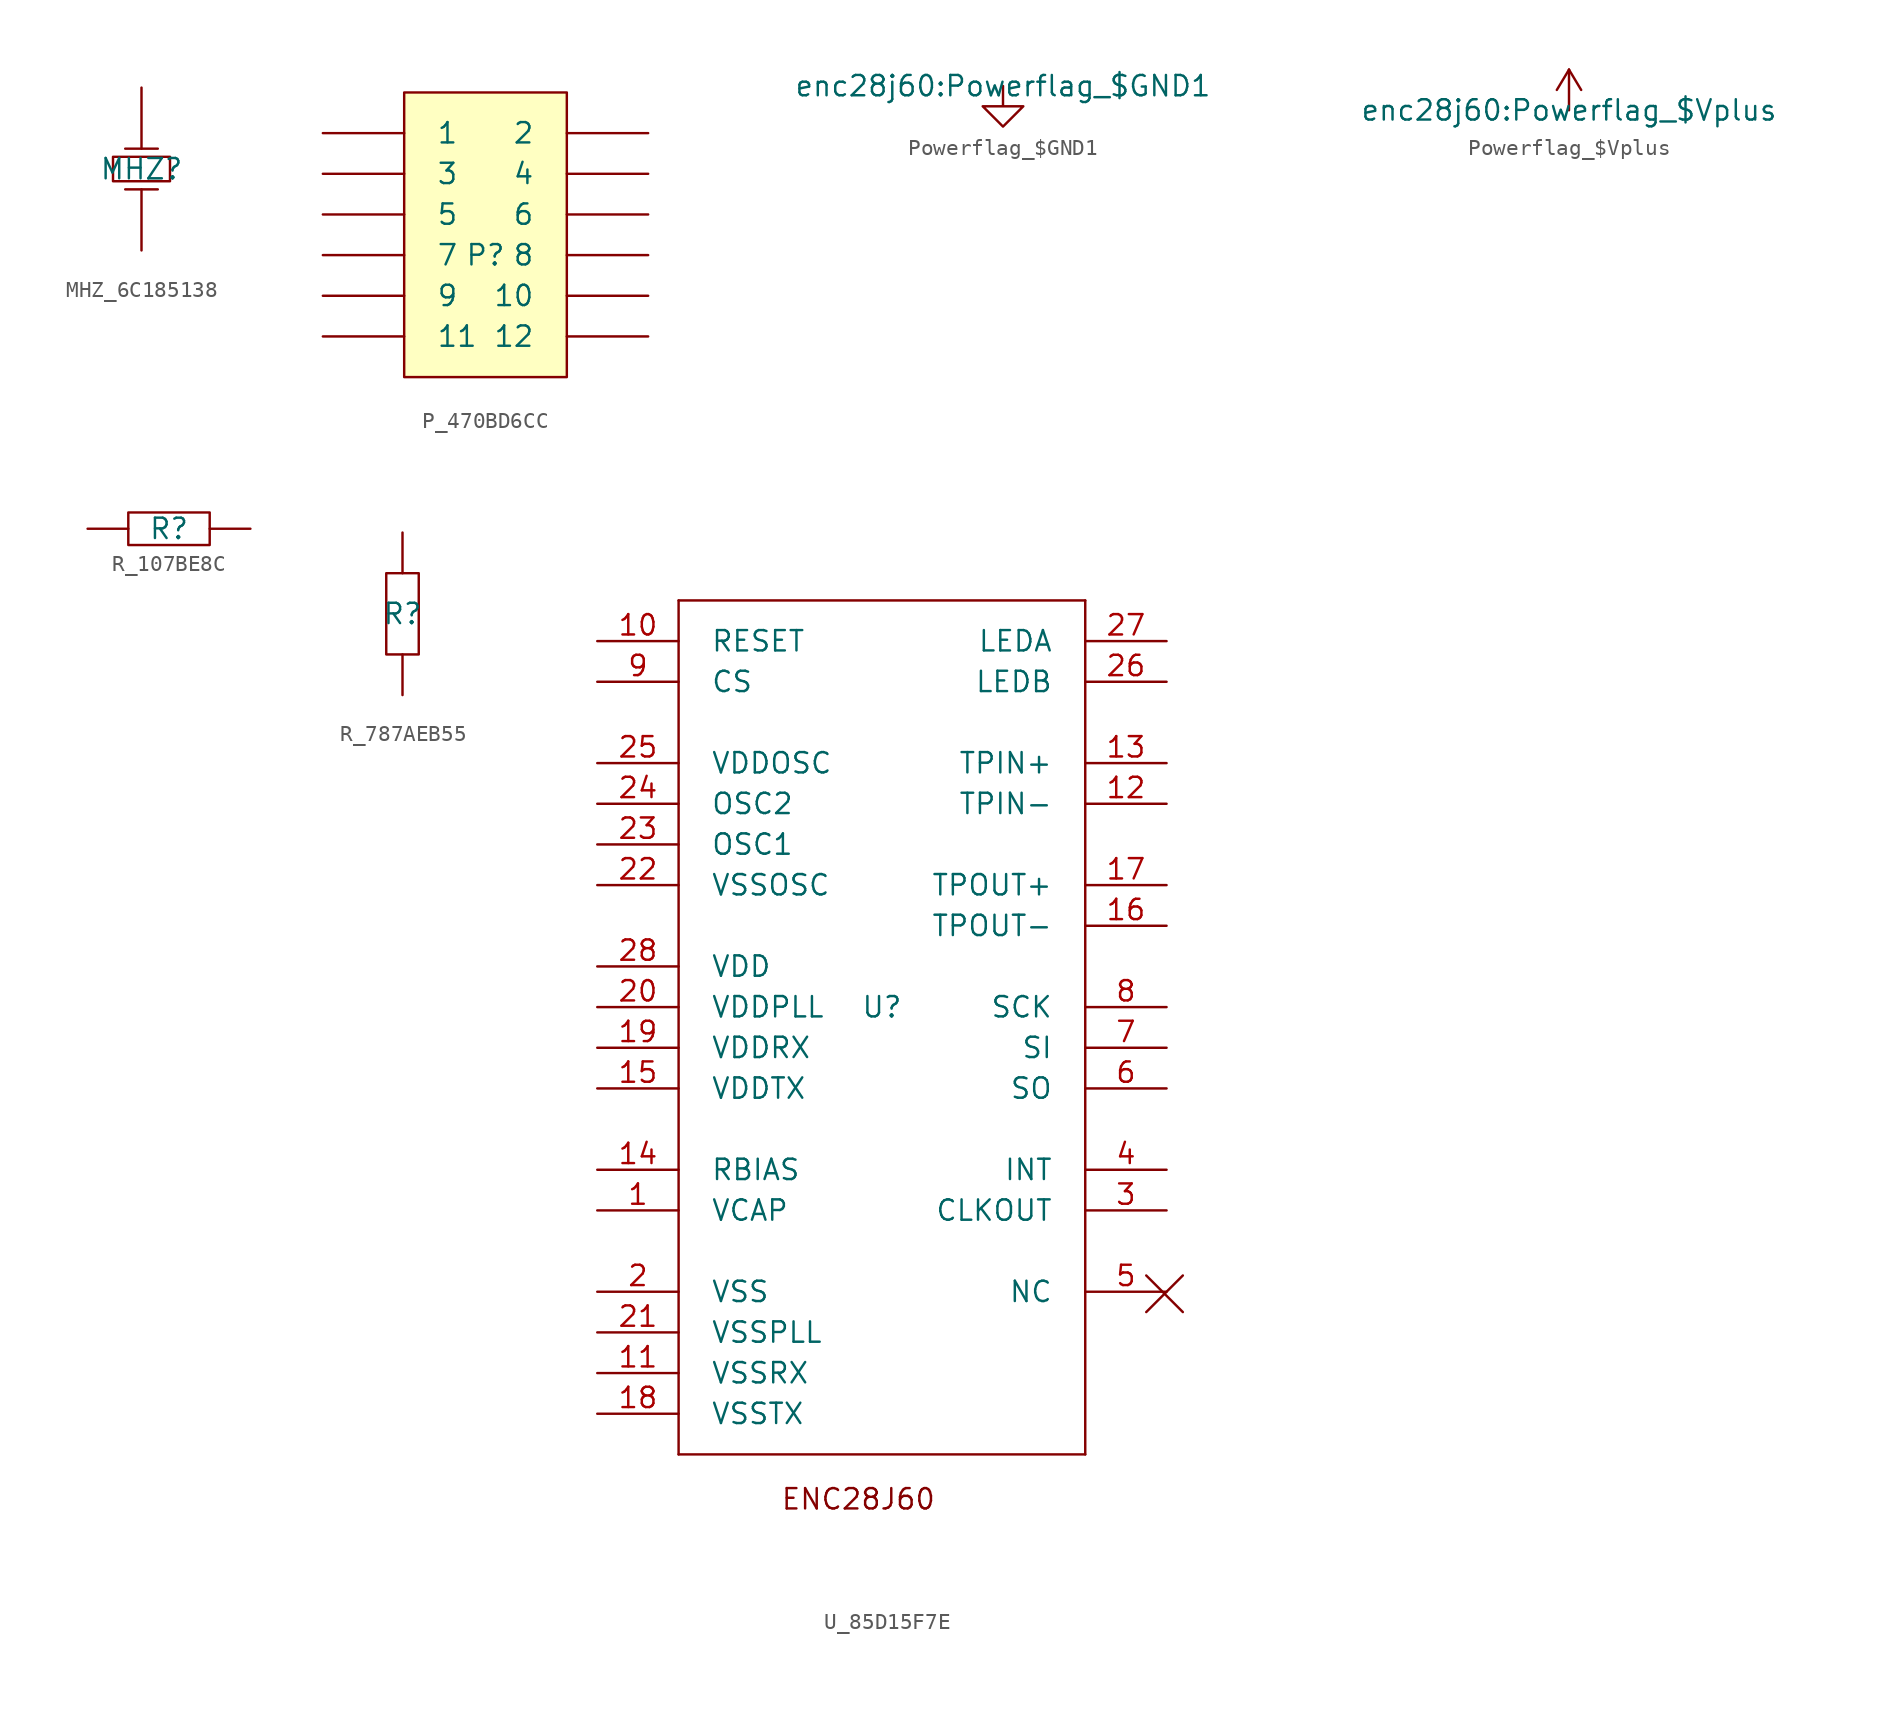
<source format=kicad_sym>
(kicad_symbol_lib
  (version 20200908)
  (generator kicad_symbol_editor)
  (symbol "enc28j60:MHZ_6C185138"
    (pin_numbers hide)
    (pin_names
      (offset 2) hide)
    (property "Reference" "MHZ"
      (at 0 0 0)
      (effects (font (size 1.27 1.27))))
    (symbol "MHZ_6C185138_0_0")
    (symbol "MHZ_6C185138_0_1"
      (rectangle (start -1.778 0.762) (end 1.778 -0.762) (stroke (width 0)) (fill (type none)))
      (polyline (pts (xy -1.016 1.27) (xy 1.016 1.27)) (stroke (width 0)) (fill (type none)))
      (polyline (pts (xy -1.016 -1.27) (xy 1.016 -1.27)) (stroke (width 0)) (fill (type none))))
    (symbol "MHZ_6C185138_1_1"
      (pin passive line (at 0 -5.08 90) (length 3.81) (name "OSC1" (effects (font (size 1.27 1.27)))) (number "1" (effects (font (size 1.27 1.27)))))
      (pin passive line (at 0 5.08 270) (length 3.81) (name "OSC2" (effects (font (size 1.27 1.27)))) (number "2" (effects (font (size 1.27 1.27)))))))
  (symbol "enc28j60:P_470BD6CC"
    (pin_numbers hide)
    (pin_names
      (offset 2))
    (property "Reference" "P"
      (at 0 0 0)
      (effects (font (size 1.27 1.27))))
    (symbol "P_470BD6CC_0_0")
    (symbol "P_470BD6CC_0_1"
      (rectangle (start -5.08 10.16) (end 5.08 -7.62) (stroke (width 0)) (fill (type background))))
    (symbol "P_470BD6CC_1_1"
      (pin passive line (at -10.16 7.62 0) (length 5.08) (name "1" (effects (font (size 1.27 1.27)))) (number "1" (effects (font (size 1.27 1.27)))))
      (pin passive line (at 10.16 7.62 180) (length 5.08) (name "2" (effects (font (size 1.27 1.27)))) (number "2" (effects (font (size 1.27 1.27)))))
      (pin passive line (at -10.16 5.08 0) (length 5.08) (name "3" (effects (font (size 1.27 1.27)))) (number "3" (effects (font (size 1.27 1.27)))))
      (pin passive line (at 10.16 5.08 180) (length 5.08) (name "4" (effects (font (size 1.27 1.27)))) (number "4" (effects (font (size 1.27 1.27)))))
      (pin passive line (at -10.16 2.54 0) (length 5.08) (name "5" (effects (font (size 1.27 1.27)))) (number "5" (effects (font (size 1.27 1.27)))))
      (pin passive line (at 10.16 2.54 180) (length 5.08) (name "6" (effects (font (size 1.27 1.27)))) (number "6" (effects (font (size 1.27 1.27)))))
      (pin passive line (at -10.16 0 0) (length 5.08) (name "7" (effects (font (size 1.27 1.27)))) (number "7" (effects (font (size 1.27 1.27)))))
      (pin passive line (at 10.16 0 180) (length 5.08) (name "8" (effects (font (size 1.27 1.27)))) (number "8" (effects (font (size 1.27 1.27)))))
      (pin passive line (at -10.16 -2.54 0) (length 5.08) (name "9" (effects (font (size 1.27 1.27)))) (number "9" (effects (font (size 1.27 1.27)))))
      (pin passive line (at 10.16 -2.54 180) (length 5.08) (name "10" (effects (font (size 1.27 1.27)))) (number "10" (effects (font (size 1.27 1.27)))))
      (pin passive line (at -10.16 -5.08 0) (length 5.08) (name "11" (effects (font (size 1.27 1.27)))) (number "11" (effects (font (size 1.27 1.27)))))
      (pin passive line (at 10.16 -5.08 180) (length 5.08) (name "12" (effects (font (size 1.27 1.27)))) (number "12" (effects (font (size 1.27 1.27)))))))
  (symbol "enc28j60:Powerflag_$GND1"
    (power)
    (pin_names
      (offset 0))
    (property "Reference" "#PWR"
      (at 0 0 0)
      (effects (font (size 1.27 1.27)) hide))
    (property "Value" "enc28j60:Powerflag_$GND1"
      (at 0 0 0)
      (effects (font (size 1.27 1.27))))
    (symbol "Powerflag_$GND1_0_1"
      (polyline (pts (xy 0 0) (xy 0 -1.27) (xy 1.27 -1.27) (xy 0 -2.54) (xy -1.27 -1.27) (xy 0 -1.27))))
    (symbol "Powerflag_$GND1_1_1"
      (pin power_in line (at 0 0 0) (length 0) hide (name "GND" (effects (font (size 1.27 1.27)))) (number "1" (effects (font (size 1.27 1.27)))))))
  (symbol "enc28j60:Powerflag_$Vplus"
    (power)
    (pin_names
      (offset 0))
    (property "Reference" "#PWR"
      (at 0 0 0)
      (effects (font (size 1.27 1.27)) hide))
    (property "Value" "enc28j60:Powerflag_$Vplus"
      (at 0 0 0)
      (effects (font (size 1.27 1.27))))
    (symbol "Powerflag_$Vplus_0_1"
      (polyline (pts (xy -0.762 1.27) (xy 0 2.54)))
      (polyline (pts (xy 0 0) (xy 0 2.54)))
      (polyline (pts (xy 0 2.54) (xy 0.762 1.27))))
    (symbol "Powerflag_$Vplus_1_1"
      (pin power_in line (at 0 0 0) (length 0) hide (name "3.3V" (effects (font (size 1.27 1.27)))) (number "1" (effects (font (size 1.27 1.27)))))))
  (symbol "enc28j60:R_107BE8C"
    (pin_numbers hide)
    (pin_names
      (offset 2) hide)
    (property "Value" ""
      (at 0 0 0)
      (effects (font (size 1.27 1.27))))
    (property "Reference" "R"
      (at 0 0 0)
      (effects (font (size 1.27 1.27))))
    (symbol "R_107BE8C_0_0")
    (symbol "R_107BE8C_0_1"
      (rectangle (start -2.54 1.016) (end 2.54 -1.016) (stroke (width 0)) (fill (type none))))
    (symbol "R_107BE8C_1_1"
      (pin passive line (at -5.08 0 0) (length 2.54) (name "2" (effects (font (size 1.27 1.27)))) (number "2" (effects (font (size 1.27 1.27)))))
      (pin passive line (at 5.08 0 180) (length 2.54) (name "1" (effects (font (size 1.27 1.27)))) (number "1" (effects (font (size 1.27 1.27)))))))
  (symbol "enc28j60:R_787AEB55"
    (pin_numbers hide)
    (pin_names
      (offset 2) hide)
    (property "Value" ""
      (at 0 0 0)
      (effects (font (size 1.27 1.27))))
    (property "Reference" "R"
      (at 0 0 0)
      (effects (font (size 1.27 1.27))))
    (symbol "R_787AEB55_0_0")
    (symbol "R_787AEB55_0_1"
      (rectangle (start -1.016 2.54) (end 1.016 -2.54) (stroke (width 0)) (fill (type none))))
    (symbol "R_787AEB55_1_1"
      (pin passive line (at 0 5.08 270) (length 2.54) (name "2" (effects (font (size 1.27 1.27)))) (number "2" (effects (font (size 1.27 1.27)))))
      (pin passive line (at 0 -5.08 90) (length 2.54) (name "1" (effects (font (size 1.27 1.27)))) (number "1" (effects (font (size 1.27 1.27)))))))
  (symbol "enc28j60:U_85D15F7E"
    (pin_names
      (offset 2))
    (property "Value" ""
      (at 0 0 0)
      (effects (font (size 1.27 1.27))))
    (property "Reference" "U"
      (at 0 0 0)
      (effects (font (size 1.27 1.27))))
    (symbol "U_85D15F7E_0_0"
      (text "ENC28J60" (at -6.35 -30.734 0) (effects (font (size 1.27 1.27)) (justify left))))
    (symbol "U_85D15F7E_0_1"
      (polyline (pts (xy -12.7 -27.94) (xy 12.7 -27.94)) (stroke (width 0)) (fill (type none)))
      (polyline (pts (xy 12.7 -27.94) (xy 12.7 25.4)) (stroke (width 0)) (fill (type none)))
      (polyline (pts (xy 12.7 25.4) (xy -12.7 25.4)) (stroke (width 0)) (fill (type none)))
      (polyline (pts (xy -12.7 25.4) (xy -12.7 -27.94)) (stroke (width 0)) (fill (type none)))
      (polyline (pts (xy 16.51 -19.05) (xy 18.796 -16.764)) (stroke (width 0)) (fill (type none)))
      (polyline (pts (xy 18.796 -19.05) (xy 16.51 -16.764)) (stroke (width 0)) (fill (type none))))
    (symbol "U_85D15F7E_1_1"
      (pin passive line (at -17.78 -12.7 0) (length 5.08) (name "VCAP" (effects (font (size 1.27 1.27)))) (number "1" (effects (font (size 1.27 1.27)))))
      (pin passive line (at -17.78 -17.78 0) (length 5.08) (name "VSS" (effects (font (size 1.27 1.27)))) (number "2" (effects (font (size 1.27 1.27)))))
      (pin passive line (at 17.78 -12.7 180) (length 5.08) (name "CLKOUT" (effects (font (size 1.27 1.27)))) (number "3" (effects (font (size 1.27 1.27)))))
      (pin passive line (at 17.78 -10.16 180) (length 5.08) (name "INT" (effects (font (size 1.27 1.27)))) (number "4" (effects (font (size 1.27 1.27)))))
      (pin passive line (at 17.78 -17.78 180) (length 5.08) (name "NC" (effects (font (size 1.27 1.27)))) (number "5" (effects (font (size 1.27 1.27)))))
      (pin passive line (at 17.78 -5.08 180) (length 5.08) (name "SO" (effects (font (size 1.27 1.27)))) (number "6" (effects (font (size 1.27 1.27)))))
      (pin passive line (at 17.78 -2.54 180) (length 5.08) (name "SI" (effects (font (size 1.27 1.27)))) (number "7" (effects (font (size 1.27 1.27)))))
      (pin passive line (at 17.78 0 180) (length 5.08) (name "SCK" (effects (font (size 1.27 1.27)))) (number "8" (effects (font (size 1.27 1.27)))))
      (pin passive line (at -17.78 20.32 0) (length 5.08) (name "CS" (effects (font (size 1.27 1.27)))) (number "9" (effects (font (size 1.27 1.27)))))
      (pin passive line (at -17.78 22.86 0) (length 5.08) (name "RESET" (effects (font (size 1.27 1.27)))) (number "10" (effects (font (size 1.27 1.27)))))
      (pin passive line (at -17.78 -22.86 0) (length 5.08) (name "VSSRX" (effects (font (size 1.27 1.27)))) (number "11" (effects (font (size 1.27 1.27)))))
      (pin passive line (at 17.78 12.7 180) (length 5.08) (name "TPIN-" (effects (font (size 1.27 1.27)))) (number "12" (effects (font (size 1.27 1.27)))))
      (pin passive line (at 17.78 15.24 180) (length 5.08) (name "TPIN+" (effects (font (size 1.27 1.27)))) (number "13" (effects (font (size 1.27 1.27)))))
      (pin passive line (at -17.78 -10.16 0) (length 5.08) (name "RBIAS" (effects (font (size 1.27 1.27)))) (number "14" (effects (font (size 1.27 1.27)))))
      (pin passive line (at -17.78 -5.08 0) (length 5.08) (name "VDDTX" (effects (font (size 1.27 1.27)))) (number "15" (effects (font (size 1.27 1.27)))))
      (pin passive line (at 17.78 5.08 180) (length 5.08) (name "TPOUT-" (effects (font (size 1.27 1.27)))) (number "16" (effects (font (size 1.27 1.27)))))
      (pin passive line (at 17.78 7.62 180) (length 5.08) (name "TPOUT+" (effects (font (size 1.27 1.27)))) (number "17" (effects (font (size 1.27 1.27)))))
      (pin passive line (at -17.78 -25.4 0) (length 5.08) (name "VSSTX" (effects (font (size 1.27 1.27)))) (number "18" (effects (font (size 1.27 1.27)))))
      (pin passive line (at -17.78 -2.54 0) (length 5.08) (name "VDDRX" (effects (font (size 1.27 1.27)))) (number "19" (effects (font (size 1.27 1.27)))))
      (pin passive line (at -17.78 0 0) (length 5.08) (name "VDDPLL" (effects (font (size 1.27 1.27)))) (number "20" (effects (font (size 1.27 1.27)))))
      (pin passive line (at -17.78 -20.32 0) (length 5.08) (name "VSSPLL" (effects (font (size 1.27 1.27)))) (number "21" (effects (font (size 1.27 1.27)))))
      (pin passive line (at -17.78 7.62 0) (length 5.08) (name "VSSOSC" (effects (font (size 1.27 1.27)))) (number "22" (effects (font (size 1.27 1.27)))))
      (pin passive line (at -17.78 10.16 0) (length 5.08) (name "OSC1" (effects (font (size 1.27 1.27)))) (number "23" (effects (font (size 1.27 1.27)))))
      (pin passive line (at -17.78 12.7 0) (length 5.08) (name "OSC2" (effects (font (size 1.27 1.27)))) (number "24" (effects (font (size 1.27 1.27)))))
      (pin passive line (at -17.78 15.24 0) (length 5.08) (name "VDDOSC" (effects (font (size 1.27 1.27)))) (number "25" (effects (font (size 1.27 1.27)))))
      (pin passive line (at 17.78 20.32 180) (length 5.08) (name "LEDB" (effects (font (size 1.27 1.27)))) (number "26" (effects (font (size 1.27 1.27)))))
      (pin passive line (at 17.78 22.86 180) (length 5.08) (name "LEDA" (effects (font (size 1.27 1.27)))) (number "27" (effects (font (size 1.27 1.27)))))
      (pin passive line (at -17.78 2.54 0) (length 5.08) (name "VDD" (effects (font (size 1.27 1.27)))) (number "28" (effects (font (size 1.27 1.27))))))))
</source>
